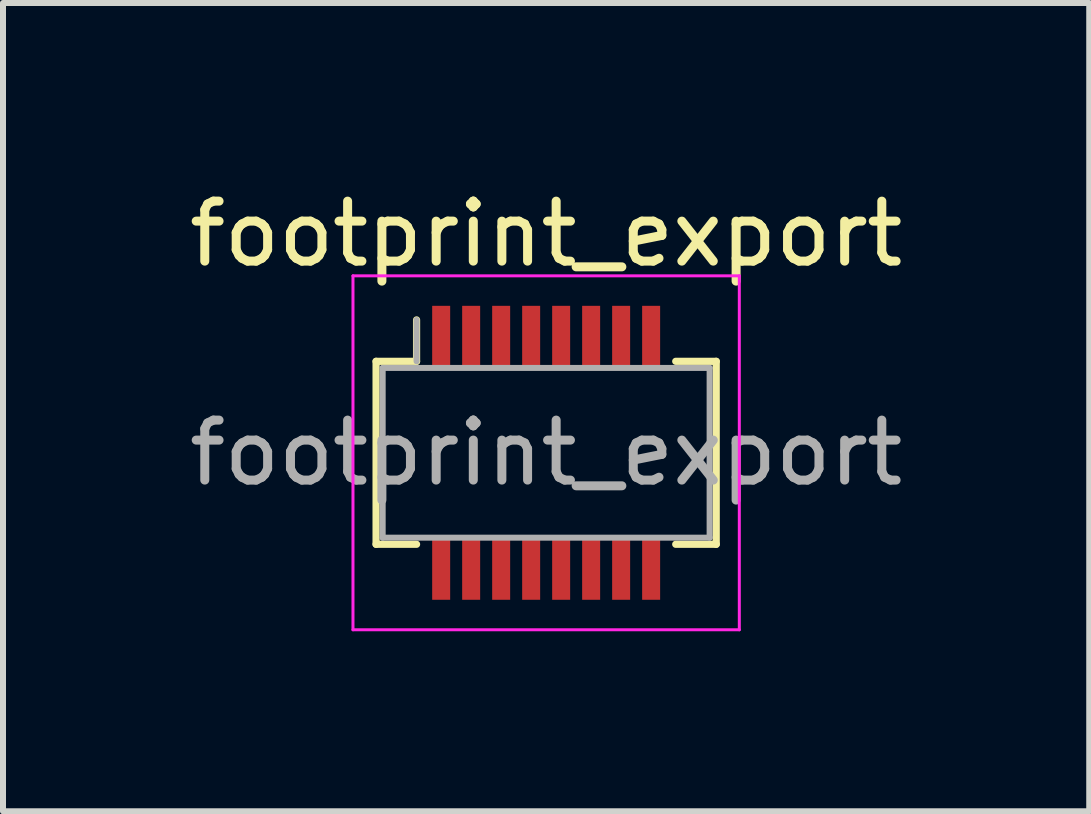
<source format=kicad_pcb>
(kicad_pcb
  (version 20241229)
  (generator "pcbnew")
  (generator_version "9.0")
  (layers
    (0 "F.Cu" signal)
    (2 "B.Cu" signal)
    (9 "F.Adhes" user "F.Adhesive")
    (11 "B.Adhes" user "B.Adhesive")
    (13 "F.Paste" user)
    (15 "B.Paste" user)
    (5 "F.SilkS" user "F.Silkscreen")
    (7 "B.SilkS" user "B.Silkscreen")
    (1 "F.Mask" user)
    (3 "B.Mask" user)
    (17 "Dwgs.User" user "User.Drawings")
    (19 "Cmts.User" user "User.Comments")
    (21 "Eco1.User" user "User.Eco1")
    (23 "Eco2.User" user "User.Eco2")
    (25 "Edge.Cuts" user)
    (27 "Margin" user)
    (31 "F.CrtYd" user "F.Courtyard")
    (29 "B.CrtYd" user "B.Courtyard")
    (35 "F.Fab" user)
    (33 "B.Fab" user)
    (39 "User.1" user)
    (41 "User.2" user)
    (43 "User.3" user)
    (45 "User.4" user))
  (footprint "footprint_export"
    (layer "F.Cu")
    (at 6.054 4.498)
    (property "Reference" "footprint_export" (at 0 -3.65 0) (layer "F.SilkS") (effects (font (size 1 1) (thickness 0.15))))
    (attr smd)
    (fp_line (start -2.835 -1.525) (end -2.16 -1.525) (stroke (width 0.12) (type solid)) (layer "F.SilkS"))
    (fp_line (start -2.835 1.525) (end -2.835 -1.525) (stroke (width 0.12) (type solid)) (layer "F.SilkS"))
    (fp_line (start -2.16 -1.525) (end -2.16 -2.215) (stroke (width 0.12) (type solid)) (layer "F.SilkS"))
    (fp_line (start -2.16 1.525) (end -2.835 1.525) (stroke (width 0.12) (type solid)) (layer "F.SilkS"))
    (fp_line (start 2.16 1.525) (end 2.835 1.525) (stroke (width 0.12) (type solid)) (layer "F.SilkS"))
    (fp_line (start 2.835 -1.525) (end 2.16 -1.525) (stroke (width 0.12) (type solid)) (layer "F.SilkS"))
    (fp_line (start 2.835 1.525) (end 2.835 -1.525) (stroke (width 0.12) (type solid)) (layer "F.SilkS"))
    (fp_line (start -3.22 -2.95) (end -3.22 2.95) (stroke (width 0.05) (type solid)) (layer "F.CrtYd"))
    (fp_line (start -3.22 2.95) (end 3.22 2.95) (stroke (width 0.05) (type solid)) (layer "F.CrtYd"))
    (fp_line (start 3.22 -2.95) (end -3.22 -2.95) (stroke (width 0.05) (type solid)) (layer "F.CrtYd"))
    (fp_line (start 3.22 2.95) (end 3.22 -2.95) (stroke (width 0.05) (type solid)) (layer "F.CrtYd"))
    (fp_line (start -2.725 -1.415) (end -2.725 1.415) (stroke (width 0.1) (type solid)) (layer "F.Fab"))
    (fp_line (start -2.725 1.415) (end 2.725 1.415) (stroke (width 0.1) (type solid)) (layer "F.Fab"))
    (fp_line (start -2.16 -1.525) (end -2.16 -2.215) (stroke (width 0.1) (type solid)) (layer "F.Fab"))
    (fp_line (start 2.725 -1.415) (end -2.725 -1.415) (stroke (width 0.1) (type solid)) (layer "F.Fab"))
    (fp_line (start 2.725 1.415) (end 2.725 -1.415) (stroke (width 0.1) (type solid)) (layer "F.Fab"))
    (fp_text user "${REFERENCE}" (at 0 0 0) (layer "F.Fab") (effects (font (size 1 1) (thickness 0.15))))
    (pad "1" smd rect (at -1.75 -1.95) (size 0.3 1) (layers "F.Cu" "F.Mask" "F.Paste"))
    (pad "2" smd rect (at -1.75 1.95) (size 0.3 1) (layers "F.Cu" "F.Mask" "F.Paste"))
    (pad "3" smd rect (at -1.25 -1.95) (size 0.3 1) (layers "F.Cu" "F.Mask" "F.Paste"))
    (pad "4" smd rect (at -1.25 1.95) (size 0.3 1) (layers "F.Cu" "F.Mask" "F.Paste"))
    (pad "5" smd rect (at -0.75 -1.95) (size 0.3 1) (layers "F.Cu" "F.Mask" "F.Paste"))
    (pad "6" smd rect (at -0.75 1.95) (size 0.3 1) (layers "F.Cu" "F.Mask" "F.Paste"))
    (pad "7" smd rect (at -0.25 -1.95) (size 0.3 1) (layers "F.Cu" "F.Mask" "F.Paste"))
    (pad "8" smd rect (at -0.25 1.95) (size 0.3 1) (layers "F.Cu" "F.Mask" "F.Paste"))
    (pad "9" smd rect (at 0.25 -1.95) (size 0.3 1) (layers "F.Cu" "F.Mask" "F.Paste"))
    (pad "10" smd rect (at 0.25 1.95) (size 0.3 1) (layers "F.Cu" "F.Mask" "F.Paste"))
    (pad "11" smd rect (at 0.75 -1.95) (size 0.3 1) (layers "F.Cu" "F.Mask" "F.Paste"))
    (pad "12" smd rect (at 0.75 1.95) (size 0.3 1) (layers "F.Cu" "F.Mask" "F.Paste"))
    (pad "13" smd rect (at 1.25 -1.95) (size 0.3 1) (layers "F.Cu" "F.Mask" "F.Paste"))
    (pad "14" smd rect (at 1.25 1.95) (size 0.3 1) (layers "F.Cu" "F.Mask" "F.Paste"))
    (pad "15" smd rect (at 1.75 -1.95) (size 0.3 1) (layers "F.Cu" "F.Mask" "F.Paste"))
    (pad "16" smd rect (at 1.75 1.95) (size 0.3 1) (layers "F.Cu" "F.Mask" "F.Paste")))
  (gr_rect
    (start -3 -3)
    (end 15.107 10.473)
    (stroke (width 0.1) (type default))
    (fill no)
    (layer "Edge.Cuts")))
</source>
